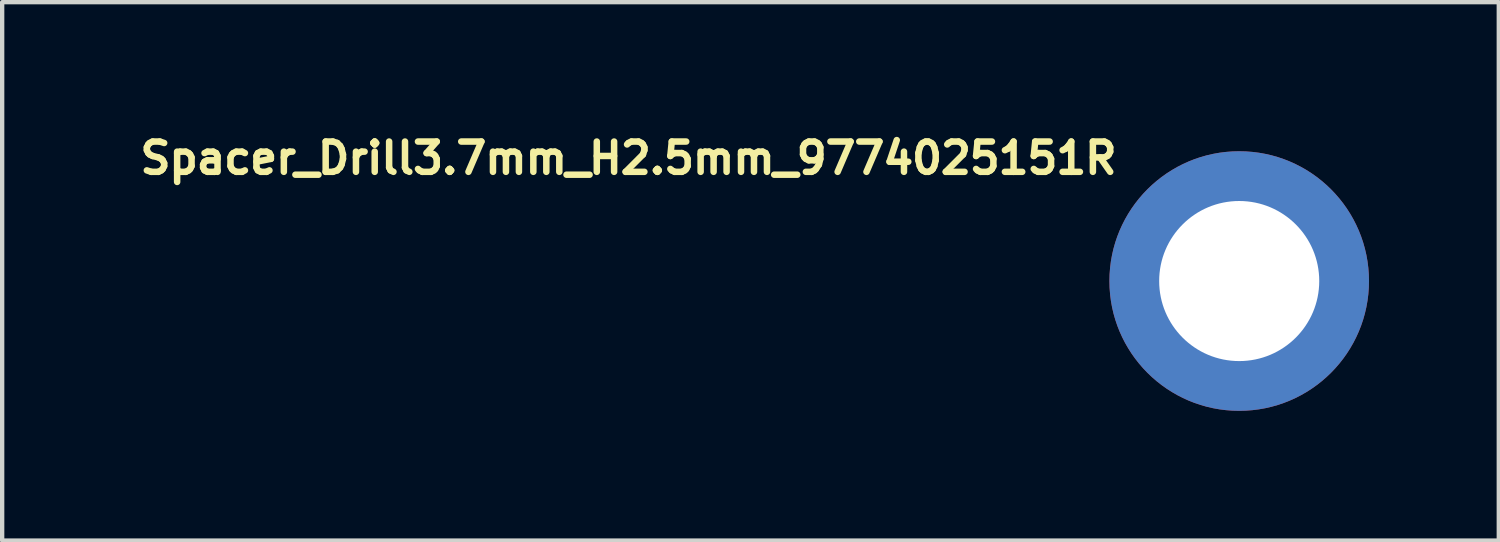
<source format=kicad_pcb>
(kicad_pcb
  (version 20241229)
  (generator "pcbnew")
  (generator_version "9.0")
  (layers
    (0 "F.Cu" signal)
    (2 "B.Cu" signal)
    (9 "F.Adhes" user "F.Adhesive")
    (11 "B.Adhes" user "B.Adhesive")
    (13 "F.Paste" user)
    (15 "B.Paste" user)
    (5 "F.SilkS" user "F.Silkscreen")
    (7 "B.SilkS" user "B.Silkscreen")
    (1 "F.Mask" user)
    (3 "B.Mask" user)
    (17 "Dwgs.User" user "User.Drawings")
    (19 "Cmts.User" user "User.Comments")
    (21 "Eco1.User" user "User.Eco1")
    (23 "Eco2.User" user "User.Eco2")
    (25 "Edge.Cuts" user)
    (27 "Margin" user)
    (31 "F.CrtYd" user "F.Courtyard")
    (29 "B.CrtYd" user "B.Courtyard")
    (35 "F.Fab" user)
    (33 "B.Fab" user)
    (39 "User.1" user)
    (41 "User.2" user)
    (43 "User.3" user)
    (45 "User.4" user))
  (footprint "Spacer_Drill3.7mm_H2.5mm_9774025151R"
    (layer "F.Cu")
    (at 25.593 3.446)
    (property "Reference" "Spacer_Drill3.7mm_H2.5mm_9774025151R" (at -2.75 -3.25 0) (layer "F.SilkS") (effects (font (size 0.7 0.7) (thickness 0.15)) (justify right top)))
    (attr smd exclude_from_bom)
    (fp_circle (center 0 0) (end 0.848 0) (stroke (width 2) (type solid)) (fill no) (layer "B.Mask"))
    (fp_circle (center 0.025 0) (end 2.489 0.051) (stroke (width 0.8) (type solid)) (fill no) (layer "F.Paste"))
    (fp_circle (center 0 0) (end 2.6 0) (stroke (width 0.12) (type solid)) (fill no) (layer "User.5"))
    (fp_line (start -2.551 0) (end -2.551 0) (stroke (width 0.02) (type solid)) (layer "User.9"))
    (fp_line (start -2.551 0) (end -2.548 -0.133) (stroke (width 0.02) (type solid)) (layer "User.9"))
    (fp_line (start -2.548 -0.133) (end -2.537 -0.262) (stroke (width 0.02) (type solid)) (layer "User.9"))
    (fp_line (start -2.548 0.131) (end -2.551 0) (stroke (width 0.02) (type solid)) (layer "User.9"))
    (fp_line (start -2.537 -0.262) (end -2.521 -0.39) (stroke (width 0.02) (type solid)) (layer "User.9"))
    (fp_line (start -2.537 0.26) (end -2.548 0.131) (stroke (width 0.02) (type solid)) (layer "User.9"))
    (fp_line (start -2.521 -0.39) (end -2.5 -0.515) (stroke (width 0.02) (type solid)) (layer "User.9"))
    (fp_line (start -2.521 0.388) (end -2.537 0.26) (stroke (width 0.02) (type solid)) (layer "User.9"))
    (fp_line (start -2.5 -0.515) (end -2.471 -0.638) (stroke (width 0.02) (type solid)) (layer "User.9"))
    (fp_line (start -2.5 0.513) (end -2.521 0.388) (stroke (width 0.02) (type solid)) (layer "User.9"))
    (fp_line (start -2.471 -0.638) (end -2.436 -0.759) (stroke (width 0.02) (type solid)) (layer "User.9"))
    (fp_line (start -2.471 0.636) (end -2.5 0.513) (stroke (width 0.02) (type solid)) (layer "User.9"))
    (fp_line (start -2.436 -0.759) (end -2.396 -0.877) (stroke (width 0.02) (type solid)) (layer "User.9"))
    (fp_line (start -2.436 0.757) (end -2.471 0.636) (stroke (width 0.02) (type solid)) (layer "User.9"))
    (fp_line (start -2.396 -0.877) (end -2.351 -0.993) (stroke (width 0.02) (type solid)) (layer "User.9"))
    (fp_line (start -2.396 0.875) (end -2.436 0.757) (stroke (width 0.02) (type solid)) (layer "User.9"))
    (fp_line (start -2.351 -0.993) (end -2.299 -1.107) (stroke (width 0.02) (type solid)) (layer "User.9"))
    (fp_line (start -2.351 0.991) (end -2.396 0.875) (stroke (width 0.02) (type solid)) (layer "User.9"))
    (fp_line (start -2.299 -1.107) (end -2.243 -1.216) (stroke (width 0.02) (type solid)) (layer "User.9"))
    (fp_line (start -2.299 1.104) (end -2.351 0.991) (stroke (width 0.02) (type solid)) (layer "User.9"))
    (fp_line (start -2.243 -1.216) (end -2.182 -1.323) (stroke (width 0.02) (type solid)) (layer "User.9"))
    (fp_line (start -2.243 1.215) (end -2.299 1.104) (stroke (width 0.02) (type solid)) (layer "User.9"))
    (fp_line (start -2.182 -1.323) (end -2.116 -1.426) (stroke (width 0.02) (type solid)) (layer "User.9"))
    (fp_line (start -2.182 1.322) (end -2.243 1.215) (stroke (width 0.02) (type solid)) (layer "User.9"))
    (fp_line (start -2.116 -1.426) (end -2.044 -1.526) (stroke (width 0.02) (type solid)) (layer "User.9"))
    (fp_line (start -2.116 1.425) (end -2.182 1.322) (stroke (width 0.02) (type solid)) (layer "User.9"))
    (fp_line (start -2.044 -1.526) (end -1.968 -1.623) (stroke (width 0.02) (type solid)) (layer "User.9"))
    (fp_line (start -2.044 1.525) (end -2.116 1.425) (stroke (width 0.02) (type solid)) (layer "User.9"))
    (fp_line (start -1.968 -1.623) (end -1.889 -1.716) (stroke (width 0.02) (type solid)) (layer "User.9"))
    (fp_line (start -1.968 1.622) (end -2.044 1.525) (stroke (width 0.02) (type solid)) (layer "User.9"))
    (fp_line (start -1.889 -1.716) (end -1.805 -1.805) (stroke (width 0.02) (type solid)) (layer "User.9"))
    (fp_line (start -1.889 1.713) (end -1.968 1.622) (stroke (width 0.02) (type solid)) (layer "User.9"))
    (fp_line (start -1.805 -1.805) (end -1.716 -1.889) (stroke (width 0.02) (type solid)) (layer "User.9"))
    (fp_line (start -1.805 1.802) (end -1.889 1.713) (stroke (width 0.02) (type solid)) (layer "User.9"))
    (fp_line (start -1.716 -1.889) (end -1.623 -1.968) (stroke (width 0.02) (type solid)) (layer "User.9"))
    (fp_line (start -1.716 1.886) (end -1.805 1.802) (stroke (width 0.02) (type solid)) (layer "User.9"))
    (fp_line (start -1.623 -1.968) (end -1.526 -2.044) (stroke (width 0.02) (type solid)) (layer "User.9"))
    (fp_line (start -1.623 1.967) (end -1.716 1.886) (stroke (width 0.02) (type solid)) (layer "User.9"))
    (fp_line (start -1.526 -2.044) (end -1.426 -2.116) (stroke (width 0.02) (type solid)) (layer "User.9"))
    (fp_line (start -1.526 2.043) (end -1.623 1.967) (stroke (width 0.02) (type solid)) (layer "User.9"))
    (fp_line (start -1.426 -2.116) (end -1.323 -2.182) (stroke (width 0.02) (type solid)) (layer "User.9"))
    (fp_line (start -1.426 2.113) (end -1.526 2.043) (stroke (width 0.02) (type solid)) (layer "User.9"))
    (fp_line (start -1.323 -2.182) (end -1.216 -2.243) (stroke (width 0.02) (type solid)) (layer "User.9"))
    (fp_line (start -1.323 2.18) (end -1.426 2.113) (stroke (width 0.02) (type solid)) (layer "User.9"))
    (fp_line (start -1.216 -2.243) (end -1.107 -2.299) (stroke (width 0.02) (type solid)) (layer "User.9"))
    (fp_line (start -1.216 2.241) (end -1.323 2.18) (stroke (width 0.02) (type solid)) (layer "User.9"))
    (fp_line (start -1.107 -2.299) (end -0.993 -2.351) (stroke (width 0.02) (type solid)) (layer "User.9"))
    (fp_line (start -1.107 2.297) (end -1.216 2.241) (stroke (width 0.02) (type solid)) (layer "User.9"))
    (fp_line (start -1.008 0) (end -1.008 0) (stroke (width 0.02) (type solid)) (layer "User.9"))
    (fp_line (start -1.008 0) (end -1.006 -0.053) (stroke (width 0.02) (type solid)) (layer "User.9"))
    (fp_line (start -1.006 -0.053) (end -1.002 -0.104) (stroke (width 0.02) (type solid)) (layer "User.9"))
    (fp_line (start -1.006 0.051) (end -1.008 0) (stroke (width 0.02) (type solid)) (layer "User.9"))
    (fp_line (start -1.002 -0.104) (end -0.995 -0.154) (stroke (width 0.02) (type solid)) (layer "User.9"))
    (fp_line (start -1.002 0.102) (end -1.006 0.051) (stroke (width 0.02) (type solid)) (layer "User.9"))
    (fp_line (start -0.995 -0.154) (end -0.987 -0.204) (stroke (width 0.02) (type solid)) (layer "User.9"))
    (fp_line (start -0.995 0.152) (end -1.002 0.102) (stroke (width 0.02) (type solid)) (layer "User.9"))
    (fp_line (start -0.993 -2.351) (end -0.877 -2.396) (stroke (width 0.02) (type solid)) (layer "User.9"))
    (fp_line (start -0.993 2.349) (end -1.107 2.297) (stroke (width 0.02) (type solid)) (layer "User.9"))
    (fp_line (start -0.987 -0.204) (end -0.975 -0.252) (stroke (width 0.02) (type solid)) (layer "User.9"))
    (fp_line (start -0.987 0.202) (end -0.995 0.152) (stroke (width 0.02) (type solid)) (layer "User.9"))
    (fp_line (start -0.975 -0.252) (end -0.962 -0.3) (stroke (width 0.02) (type solid)) (layer "User.9"))
    (fp_line (start -0.975 0.25) (end -0.987 0.202) (stroke (width 0.02) (type solid)) (layer "User.9"))
    (fp_line (start -0.962 -0.3) (end -0.947 -0.348) (stroke (width 0.02) (type solid)) (layer "User.9"))
    (fp_line (start -0.962 0.298) (end -0.975 0.25) (stroke (width 0.02) (type solid)) (layer "User.9"))
    (fp_line (start -0.947 -0.348) (end -0.929 -0.393) (stroke (width 0.02) (type solid)) (layer "User.9"))
    (fp_line (start -0.947 0.346) (end -0.962 0.298) (stroke (width 0.02) (type solid)) (layer "User.9"))
    (fp_line (start -0.929 -0.393) (end -0.909 -0.437) (stroke (width 0.02) (type solid)) (layer "User.9"))
    (fp_line (start -0.929 0.391) (end -0.947 0.346) (stroke (width 0.02) (type solid)) (layer "User.9"))
    (fp_line (start -0.909 -0.437) (end -0.886 -0.48) (stroke (width 0.02) (type solid)) (layer "User.9"))
    (fp_line (start -0.909 0.435) (end -0.929 0.391) (stroke (width 0.02) (type solid)) (layer "User.9"))
    (fp_line (start -0.886 -0.48) (end -0.861 -0.523) (stroke (width 0.02) (type solid)) (layer "User.9"))
    (fp_line (start -0.886 0.479) (end -0.909 0.435) (stroke (width 0.02) (type solid)) (layer "User.9"))
    (fp_line (start -0.877 -2.396) (end -0.759 -2.436) (stroke (width 0.02) (type solid)) (layer "User.9"))
    (fp_line (start -0.877 2.394) (end -0.993 2.349) (stroke (width 0.02) (type solid)) (layer "User.9"))
    (fp_line (start -0.861 -0.523) (end -0.835 -0.564) (stroke (width 0.02) (type solid)) (layer "User.9"))
    (fp_line (start -0.861 0.521) (end -0.886 0.479) (stroke (width 0.02) (type solid)) (layer "User.9"))
    (fp_line (start -0.835 -0.564) (end -0.808 -0.603) (stroke (width 0.02) (type solid)) (layer "User.9"))
    (fp_line (start -0.835 0.562) (end -0.861 0.521) (stroke (width 0.02) (type solid)) (layer "User.9"))
    (fp_line (start -0.808 -0.603) (end -0.778 -0.642) (stroke (width 0.02) (type solid)) (layer "User.9"))
    (fp_line (start -0.808 0.601) (end -0.835 0.562) (stroke (width 0.02) (type solid)) (layer "User.9"))
    (fp_line (start -0.778 -0.642) (end -0.746 -0.678) (stroke (width 0.02) (type solid)) (layer "User.9"))
    (fp_line (start -0.778 0.64) (end -0.808 0.601) (stroke (width 0.02) (type solid)) (layer "User.9"))
    (fp_line (start -0.759 -2.436) (end -0.638 -2.471) (stroke (width 0.02) (type solid)) (layer "User.9"))
    (fp_line (start -0.759 2.435) (end -0.877 2.394) (stroke (width 0.02) (type solid)) (layer "User.9"))
    (fp_line (start -0.746 -0.678) (end -0.712 -0.712) (stroke (width 0.02) (type solid)) (layer "User.9"))
    (fp_line (start -0.746 0.676) (end -0.778 0.64) (stroke (width 0.02) (type solid)) (layer "User.9"))
    (fp_line (start -0.712 -0.712) (end -0.678 -0.746) (stroke (width 0.02) (type solid)) (layer "User.9"))
    (fp_line (start -0.712 0.71) (end -0.746 0.676) (stroke (width 0.02) (type solid)) (layer "User.9"))
    (fp_line (start -0.678 -0.746) (end -0.642 -0.778) (stroke (width 0.02) (type solid)) (layer "User.9"))
    (fp_line (start -0.678 0.744) (end -0.712 0.71) (stroke (width 0.02) (type solid)) (layer "User.9"))
    (fp_line (start -0.642 -0.778) (end -0.603 -0.808) (stroke (width 0.02) (type solid)) (layer "User.9"))
    (fp_line (start -0.642 0.776) (end -0.678 0.744) (stroke (width 0.02) (type solid)) (layer "User.9"))
    (fp_line (start -0.638 -2.471) (end -0.515 -2.5) (stroke (width 0.02) (type solid)) (layer "User.9"))
    (fp_line (start -0.638 2.468) (end -0.759 2.435) (stroke (width 0.02) (type solid)) (layer "User.9"))
    (fp_line (start -0.603 -0.808) (end -0.564 -0.835) (stroke (width 0.02) (type solid)) (layer "User.9"))
    (fp_line (start -0.603 0.806) (end -0.642 0.776) (stroke (width 0.02) (type solid)) (layer "User.9"))
    (fp_line (start -0.564 -0.835) (end -0.523 -0.861) (stroke (width 0.02) (type solid)) (layer "User.9"))
    (fp_line (start -0.564 0.833) (end -0.603 0.806) (stroke (width 0.02) (type solid)) (layer "User.9"))
    (fp_line (start -0.523 -0.861) (end -0.48 -0.886) (stroke (width 0.02) (type solid)) (layer "User.9"))
    (fp_line (start -0.523 0.859) (end -0.564 0.833) (stroke (width 0.02) (type solid)) (layer "User.9"))
    (fp_line (start -0.515 -2.5) (end -0.39 -2.521) (stroke (width 0.02) (type solid)) (layer "User.9"))
    (fp_line (start -0.515 2.498) (end -0.638 2.468) (stroke (width 0.02) (type solid)) (layer "User.9"))
    (fp_line (start -0.48 -0.886) (end -0.437 -0.909) (stroke (width 0.02) (type solid)) (layer "User.9"))
    (fp_line (start -0.48 0.884) (end -0.523 0.859) (stroke (width 0.02) (type solid)) (layer "User.9"))
    (fp_line (start -0.437 -0.909) (end -0.393 -0.929) (stroke (width 0.02) (type solid)) (layer "User.9"))
    (fp_line (start -0.437 0.907) (end -0.48 0.884) (stroke (width 0.02) (type solid)) (layer "User.9"))
    (fp_line (start -0.393 -0.929) (end -0.348 -0.947) (stroke (width 0.02) (type solid)) (layer "User.9"))
    (fp_line (start -0.393 0.927) (end -0.437 0.907) (stroke (width 0.02) (type solid)) (layer "User.9"))
    (fp_line (start -0.39 -2.521) (end -0.262 -2.537) (stroke (width 0.02) (type solid)) (layer "User.9"))
    (fp_line (start -0.39 2.519) (end -0.515 2.498) (stroke (width 0.02) (type solid)) (layer "User.9"))
    (fp_line (start -0.348 -0.947) (end -0.3 -0.962) (stroke (width 0.02) (type solid)) (layer "User.9"))
    (fp_line (start -0.348 0.945) (end -0.393 0.927) (stroke (width 0.02) (type solid)) (layer "User.9"))
    (fp_line (start -0.3 -0.962) (end -0.252 -0.975) (stroke (width 0.02) (type solid)) (layer "User.9"))
    (fp_line (start -0.3 0.96) (end -0.348 0.945) (stroke (width 0.02) (type solid)) (layer "User.9"))
    (fp_line (start -0.262 -2.537) (end -0.133 -2.548) (stroke (width 0.02) (type solid)) (layer "User.9"))
    (fp_line (start -0.262 2.535) (end -0.39 2.519) (stroke (width 0.02) (type solid)) (layer "User.9"))
    (fp_line (start -0.252 -0.975) (end -0.204 -0.987) (stroke (width 0.02) (type solid)) (layer "User.9"))
    (fp_line (start -0.252 0.973) (end -0.3 0.96) (stroke (width 0.02) (type solid)) (layer "User.9"))
    (fp_line (start -0.204 -0.987) (end -0.154 -0.995) (stroke (width 0.02) (type solid)) (layer "User.9"))
    (fp_line (start -0.204 0.985) (end -0.252 0.973) (stroke (width 0.02) (type solid)) (layer "User.9"))
    (fp_line (start -0.154 -0.995) (end -0.104 -1.002) (stroke (width 0.02) (type solid)) (layer "User.9"))
    (fp_line (start -0.154 0.993) (end -0.204 0.985) (stroke (width 0.02) (type solid)) (layer "User.9"))
    (fp_line (start -0.133 -2.548) (end 0 -2.551) (stroke (width 0.02) (type solid)) (layer "User.9"))
    (fp_line (start -0.133 2.546) (end -0.262 2.535) (stroke (width 0.02) (type solid)) (layer "User.9"))
    (fp_line (start -0.104 -1.002) (end -0.053 -1.006) (stroke (width 0.02) (type solid)) (layer "User.9"))
    (fp_line (start -0.104 1.001) (end -0.154 0.993) (stroke (width 0.02) (type solid)) (layer "User.9"))
    (fp_line (start -0.053 -1.006) (end 0 -1.008) (stroke (width 0.02) (type solid)) (layer "User.9"))
    (fp_line (start -0.053 1.005) (end -0.104 1.001) (stroke (width 0.02) (type solid)) (layer "User.9"))
    (fp_line (start 0 -2.551) (end 0 -2.551) (stroke (width 0.02) (type solid)) (layer "User.9"))
    (fp_line (start 0 -2.551) (end 0.131 -2.548) (stroke (width 0.02) (type solid)) (layer "User.9"))
    (fp_line (start 0 -1.008) (end 0 -1.008) (stroke (width 0.02) (type solid)) (layer "User.9"))
    (fp_line (start 0 -1.008) (end 0.051 -1.006) (stroke (width 0.02) (type solid)) (layer "User.9"))
    (fp_line (start 0 1.005) (end -0.053 1.005) (stroke (width 0.02) (type solid)) (layer "User.9"))
    (fp_line (start 0 1.005) (end 0 1.005) (stroke (width 0.02) (type solid)) (layer "User.9"))
    (fp_line (start 0 2.548) (end -0.133 2.546) (stroke (width 0.02) (type solid)) (layer "User.9"))
    (fp_line (start 0 2.548) (end 0 2.548) (stroke (width 0.02) (type solid)) (layer "User.9"))
    (fp_line (start 0.051 -1.006) (end 0.102 -1.002) (stroke (width 0.02) (type solid)) (layer "User.9"))
    (fp_line (start 0.051 1.005) (end 0 1.005) (stroke (width 0.02) (type solid)) (layer "User.9"))
    (fp_line (start 0.102 -1.002) (end 0.152 -0.995) (stroke (width 0.02) (type solid)) (layer "User.9"))
    (fp_line (start 0.102 1.001) (end 0.051 1.005) (stroke (width 0.02) (type solid)) (layer "User.9"))
    (fp_line (start 0.131 -2.548) (end 0.26 -2.537) (stroke (width 0.02) (type solid)) (layer "User.9"))
    (fp_line (start 0.131 2.546) (end 0 2.548) (stroke (width 0.02) (type solid)) (layer "User.9"))
    (fp_line (start 0.152 -0.995) (end 0.202 -0.987) (stroke (width 0.02) (type solid)) (layer "User.9"))
    (fp_line (start 0.152 0.993) (end 0.102 1.001) (stroke (width 0.02) (type solid)) (layer "User.9"))
    (fp_line (start 0.202 -0.987) (end 0.25 -0.975) (stroke (width 0.02) (type solid)) (layer "User.9"))
    (fp_line (start 0.202 0.985) (end 0.152 0.993) (stroke (width 0.02) (type solid)) (layer "User.9"))
    (fp_line (start 0.25 -0.975) (end 0.298 -0.962) (stroke (width 0.02) (type solid)) (layer "User.9"))
    (fp_line (start 0.25 0.973) (end 0.202 0.985) (stroke (width 0.02) (type solid)) (layer "User.9"))
    (fp_line (start 0.26 -2.537) (end 0.388 -2.521) (stroke (width 0.02) (type solid)) (layer "User.9"))
    (fp_line (start 0.26 2.535) (end 0.131 2.546) (stroke (width 0.02) (type solid)) (layer "User.9"))
    (fp_line (start 0.298 -0.962) (end 0.346 -0.947) (stroke (width 0.02) (type solid)) (layer "User.9"))
    (fp_line (start 0.298 0.96) (end 0.25 0.973) (stroke (width 0.02) (type solid)) (layer "User.9"))
    (fp_line (start 0.346 -0.947) (end 0.391 -0.929) (stroke (width 0.02) (type solid)) (layer "User.9"))
    (fp_line (start 0.346 0.945) (end 0.298 0.96) (stroke (width 0.02) (type solid)) (layer "User.9"))
    (fp_line (start 0.388 -2.521) (end 0.513 -2.5) (stroke (width 0.02) (type solid)) (layer "User.9"))
    (fp_line (start 0.388 2.519) (end 0.26 2.535) (stroke (width 0.02) (type solid)) (layer "User.9"))
    (fp_line (start 0.391 -0.929) (end 0.435 -0.909) (stroke (width 0.02) (type solid)) (layer "User.9"))
    (fp_line (start 0.391 0.927) (end 0.346 0.945) (stroke (width 0.02) (type solid)) (layer "User.9"))
    (fp_line (start 0.435 -0.909) (end 0.479 -0.886) (stroke (width 0.02) (type solid)) (layer "User.9"))
    (fp_line (start 0.435 0.907) (end 0.391 0.927) (stroke (width 0.02) (type solid)) (layer "User.9"))
    (fp_line (start 0.479 -0.886) (end 0.521 -0.861) (stroke (width 0.02) (type solid)) (layer "User.9"))
    (fp_line (start 0.479 0.884) (end 0.435 0.907) (stroke (width 0.02) (type solid)) (layer "User.9"))
    (fp_line (start 0.513 -2.5) (end 0.636 -2.471) (stroke (width 0.02) (type solid)) (layer "User.9"))
    (fp_line (start 0.513 2.498) (end 0.388 2.519) (stroke (width 0.02) (type solid)) (layer "User.9"))
    (fp_line (start 0.521 -0.861) (end 0.562 -0.835) (stroke (width 0.02) (type solid)) (layer "User.9"))
    (fp_line (start 0.521 0.859) (end 0.479 0.884) (stroke (width 0.02) (type solid)) (layer "User.9"))
    (fp_line (start 0.562 -0.835) (end 0.601 -0.808) (stroke (width 0.02) (type solid)) (layer "User.9"))
    (fp_line (start 0.562 0.833) (end 0.521 0.859) (stroke (width 0.02) (type solid)) (layer "User.9"))
    (fp_line (start 0.601 -0.808) (end 0.64 -0.778) (stroke (width 0.02) (type solid)) (layer "User.9"))
    (fp_line (start 0.601 0.806) (end 0.562 0.833) (stroke (width 0.02) (type solid)) (layer "User.9"))
    (fp_line (start 0.636 -2.471) (end 0.757 -2.436) (stroke (width 0.02) (type solid)) (layer "User.9"))
    (fp_line (start 0.636 2.468) (end 0.513 2.498) (stroke (width 0.02) (type solid)) (layer "User.9"))
    (fp_line (start 0.64 -0.778) (end 0.676 -0.746) (stroke (width 0.02) (type solid)) (layer "User.9"))
    (fp_line (start 0.64 0.776) (end 0.601 0.806) (stroke (width 0.02) (type solid)) (layer "User.9"))
    (fp_line (start 0.676 -0.746) (end 0.71 -0.712) (stroke (width 0.02) (type solid)) (layer "User.9"))
    (fp_line (start 0.676 0.744) (end 0.64 0.776) (stroke (width 0.02) (type solid)) (layer "User.9"))
    (fp_line (start 0.71 -0.712) (end 0.744 -0.678) (stroke (width 0.02) (type solid)) (layer "User.9"))
    (fp_line (start 0.71 0.71) (end 0.676 0.744) (stroke (width 0.02) (type solid)) (layer "User.9"))
    (fp_line (start 0.744 -0.678) (end 0.776 -0.642) (stroke (width 0.02) (type solid)) (layer "User.9"))
    (fp_line (start 0.744 0.676) (end 0.71 0.71) (stroke (width 0.02) (type solid)) (layer "User.9"))
    (fp_line (start 0.757 -2.436) (end 0.875 -2.396) (stroke (width 0.02) (type solid)) (layer "User.9"))
    (fp_line (start 0.757 2.435) (end 0.636 2.468) (stroke (width 0.02) (type solid)) (layer "User.9"))
    (fp_line (start 0.776 -0.642) (end 0.806 -0.603) (stroke (width 0.02) (type solid)) (layer "User.9"))
    (fp_line (start 0.776 0.64) (end 0.744 0.676) (stroke (width 0.02) (type solid)) (layer "User.9"))
    (fp_line (start 0.806 -0.603) (end 0.833 -0.564) (stroke (width 0.02) (type solid)) (layer "User.9"))
    (fp_line (start 0.806 0.601) (end 0.776 0.64) (stroke (width 0.02) (type solid)) (layer "User.9"))
    (fp_line (start 0.833 -0.564) (end 0.859 -0.523) (stroke (width 0.02) (type solid)) (layer "User.9"))
    (fp_line (start 0.833 0.562) (end 0.806 0.601) (stroke (width 0.02) (type solid)) (layer "User.9"))
    (fp_line (start 0.859 -0.523) (end 0.884 -0.48) (stroke (width 0.02) (type solid)) (layer "User.9"))
    (fp_line (start 0.859 0.521) (end 0.833 0.562) (stroke (width 0.02) (type solid)) (layer "User.9"))
    (fp_line (start 0.875 -2.396) (end 0.991 -2.351) (stroke (width 0.02) (type solid)) (layer "User.9"))
    (fp_line (start 0.875 2.394) (end 0.757 2.435) (stroke (width 0.02) (type solid)) (layer "User.9"))
    (fp_line (start 0.884 -0.48) (end 0.907 -0.437) (stroke (width 0.02) (type solid)) (layer "User.9"))
    (fp_line (start 0.884 0.479) (end 0.859 0.521) (stroke (width 0.02) (type solid)) (layer "User.9"))
    (fp_line (start 0.907 -0.437) (end 0.927 -0.393) (stroke (width 0.02) (type solid)) (layer "User.9"))
    (fp_line (start 0.907 0.435) (end 0.884 0.479) (stroke (width 0.02) (type solid)) (layer "User.9"))
    (fp_line (start 0.927 -0.393) (end 0.945 -0.348) (stroke (width 0.02) (type solid)) (layer "User.9"))
    (fp_line (start 0.927 0.391) (end 0.907 0.435) (stroke (width 0.02) (type solid)) (layer "User.9"))
    (fp_line (start 0.945 -0.348) (end 0.96 -0.3) (stroke (width 0.02) (type solid)) (layer "User.9"))
    (fp_line (start 0.945 0.346) (end 0.927 0.391) (stroke (width 0.02) (type solid)) (layer "User.9"))
    (fp_line (start 0.96 -0.3) (end 0.973 -0.252) (stroke (width 0.02) (type solid)) (layer "User.9"))
    (fp_line (start 0.96 0.298) (end 0.945 0.346) (stroke (width 0.02) (type solid)) (layer "User.9"))
    (fp_line (start 0.973 -0.252) (end 0.985 -0.204) (stroke (width 0.02) (type solid)) (layer "User.9"))
    (fp_line (start 0.973 0.25) (end 0.96 0.298) (stroke (width 0.02) (type solid)) (layer "User.9"))
    (fp_line (start 0.985 -0.204) (end 0.993 -0.154) (stroke (width 0.02) (type solid)) (layer "User.9"))
    (fp_line (start 0.985 0.202) (end 0.973 0.25) (stroke (width 0.02) (type solid)) (layer "User.9"))
    (fp_line (start 0.991 -2.351) (end 1.104 -2.299) (stroke (width 0.02) (type solid)) (layer "User.9"))
    (fp_line (start 0.991 2.349) (end 0.875 2.394) (stroke (width 0.02) (type solid)) (layer "User.9"))
    (fp_line (start 0.993 -0.154) (end 1.001 -0.104) (stroke (width 0.02) (type solid)) (layer "User.9"))
    (fp_line (start 0.993 0.152) (end 0.985 0.202) (stroke (width 0.02) (type solid)) (layer "User.9"))
    (fp_line (start 1.001 -0.104) (end 1.005 -0.053) (stroke (width 0.02) (type solid)) (layer "User.9"))
    (fp_line (start 1.001 0.102) (end 0.993 0.152) (stroke (width 0.02) (type solid)) (layer "User.9"))
    (fp_line (start 1.005 -0.053) (end 1.005 0) (stroke (width 0.02) (type solid)) (layer "User.9"))
    (fp_line (start 1.005 0) (end 1.005 0) (stroke (width 0.02) (type solid)) (layer "User.9"))
    (fp_line (start 1.005 0) (end 1.005 0) (stroke (width 0.02) (type solid)) (layer "User.9"))
    (fp_line (start 1.005 0) (end 1.005 0.051) (stroke (width 0.02) (type solid)) (layer "User.9"))
    (fp_line (start 1.005 0.051) (end 1.001 0.102) (stroke (width 0.02) (type solid)) (layer "User.9"))
    (fp_line (start 1.104 -2.299) (end 1.215 -2.243) (stroke (width 0.02) (type solid)) (layer "User.9"))
    (fp_line (start 1.104 2.297) (end 0.991 2.349) (stroke (width 0.02) (type solid)) (layer "User.9"))
    (fp_line (start 1.215 -2.243) (end 1.322 -2.182) (stroke (width 0.02) (type solid)) (layer "User.9"))
    (fp_line (start 1.215 2.241) (end 1.104 2.297) (stroke (width 0.02) (type solid)) (layer "User.9"))
    (fp_line (start 1.322 -2.182) (end 1.425 -2.116) (stroke (width 0.02) (type solid)) (layer "User.9"))
    (fp_line (start 1.322 2.18) (end 1.215 2.241) (stroke (width 0.02) (type solid)) (layer "User.9"))
    (fp_line (start 1.425 -2.116) (end 1.525 -2.044) (stroke (width 0.02) (type solid)) (layer "User.9"))
    (fp_line (start 1.425 2.113) (end 1.322 2.18) (stroke (width 0.02) (type solid)) (layer "User.9"))
    (fp_line (start 1.525 -2.044) (end 1.622 -1.968) (stroke (width 0.02) (type solid)) (layer "User.9"))
    (fp_line (start 1.525 2.043) (end 1.425 2.113) (stroke (width 0.02) (type solid)) (layer "User.9"))
    (fp_line (start 1.622 -1.968) (end 1.713 -1.889) (stroke (width 0.02) (type solid)) (layer "User.9"))
    (fp_line (start 1.622 1.967) (end 1.525 2.043) (stroke (width 0.02) (type solid)) (layer "User.9"))
    (fp_line (start 1.713 -1.889) (end 1.802 -1.805) (stroke (width 0.02) (type solid)) (layer "User.9"))
    (fp_line (start 1.713 1.886) (end 1.622 1.967) (stroke (width 0.02) (type solid)) (layer "User.9"))
    (fp_line (start 1.802 -1.805) (end 1.886 -1.716) (stroke (width 0.02) (type solid)) (layer "User.9"))
    (fp_line (start 1.802 1.802) (end 1.713 1.886) (stroke (width 0.02) (type solid)) (layer "User.9"))
    (fp_line (start 1.886 -1.716) (end 1.967 -1.623) (stroke (width 0.02) (type solid)) (layer "User.9"))
    (fp_line (start 1.886 1.713) (end 1.802 1.802) (stroke (width 0.02) (type solid)) (layer "User.9"))
    (fp_line (start 1.967 -1.623) (end 2.043 -1.526) (stroke (width 0.02) (type solid)) (layer "User.9"))
    (fp_line (start 1.967 1.622) (end 1.886 1.713) (stroke (width 0.02) (type solid)) (layer "User.9"))
    (fp_line (start 2.043 -1.526) (end 2.113 -1.426) (stroke (width 0.02) (type solid)) (layer "User.9"))
    (fp_line (start 2.043 1.525) (end 1.967 1.622) (stroke (width 0.02) (type solid)) (layer "User.9"))
    (fp_line (start 2.113 -1.426) (end 2.18 -1.323) (stroke (width 0.02) (type solid)) (layer "User.9"))
    (fp_line (start 2.113 1.425) (end 2.043 1.525) (stroke (width 0.02) (type solid)) (layer "User.9"))
    (fp_line (start 2.18 -1.323) (end 2.241 -1.216) (stroke (width 0.02) (type solid)) (layer "User.9"))
    (fp_line (start 2.18 1.322) (end 2.113 1.425) (stroke (width 0.02) (type solid)) (layer "User.9"))
    (fp_line (start 2.241 -1.216) (end 2.297 -1.107) (stroke (width 0.02) (type solid)) (layer "User.9"))
    (fp_line (start 2.241 1.215) (end 2.18 1.322) (stroke (width 0.02) (type solid)) (layer "User.9"))
    (fp_line (start 2.297 -1.107) (end 2.349 -0.993) (stroke (width 0.02) (type solid)) (layer "User.9"))
    (fp_line (start 2.297 1.104) (end 2.241 1.215) (stroke (width 0.02) (type solid)) (layer "User.9"))
    (fp_line (start 2.349 -0.993) (end 2.394 -0.877) (stroke (width 0.02) (type solid)) (layer "User.9"))
    (fp_line (start 2.349 0.991) (end 2.297 1.104) (stroke (width 0.02) (type solid)) (layer "User.9"))
    (fp_line (start 2.394 -0.877) (end 2.435 -0.759) (stroke (width 0.02) (type solid)) (layer "User.9"))
    (fp_line (start 2.394 0.875) (end 2.349 0.991) (stroke (width 0.02) (type solid)) (layer "User.9"))
    (fp_line (start 2.435 -0.759) (end 2.468 -0.638) (stroke (width 0.02) (type solid)) (layer "User.9"))
    (fp_line (start 2.435 0.757) (end 2.394 0.875) (stroke (width 0.02) (type solid)) (layer "User.9"))
    (fp_line (start 2.468 -0.638) (end 2.498 -0.515) (stroke (width 0.02) (type solid)) (layer "User.9"))
    (fp_line (start 2.468 0.636) (end 2.435 0.757) (stroke (width 0.02) (type solid)) (layer "User.9"))
    (fp_line (start 2.498 -0.515) (end 2.519 -0.39) (stroke (width 0.02) (type solid)) (layer "User.9"))
    (fp_line (start 2.498 0.513) (end 2.468 0.636) (stroke (width 0.02) (type solid)) (layer "User.9"))
    (fp_line (start 2.519 -0.39) (end 2.535 -0.262) (stroke (width 0.02) (type solid)) (layer "User.9"))
    (fp_line (start 2.519 0.388) (end 2.498 0.513) (stroke (width 0.02) (type solid)) (layer "User.9"))
    (fp_line (start 2.535 -0.262) (end 2.546 -0.133) (stroke (width 0.02) (type solid)) (layer "User.9"))
    (fp_line (start 2.535 0.26) (end 2.519 0.388) (stroke (width 0.02) (type solid)) (layer "User.9"))
    (fp_line (start 2.546 -0.133) (end 2.548 0) (stroke (width 0.02) (type solid)) (layer "User.9"))
    (fp_line (start 2.546 0.131) (end 2.535 0.26) (stroke (width 0.02) (type solid)) (layer "User.9"))
    (fp_line (start 2.548 0) (end 2.546 0.131) (stroke (width 0.02) (type solid)) (layer "User.9"))
    (fp_line (start 2.548 0) (end 2.548 0) (stroke (width 0.02) (type solid)) (layer "User.9"))
    (fp_line (start 2.548 0) (end 2.548 0) (stroke (width 0.02) (type solid)) (layer "User.9"))
    (pad "1" thru_hole circle (at 0 0 180) (size 6 6) (drill 3.7) (layers "F.Cu" "F.Mask" "In1.Cu" "In2.Cu" "In3.Cu" "In4.Cu" "In5.Cu" "In6.Cu" "In7.Cu" "In8.Cu" "In9.Cu" "In10.Cu" "In11.Cu" "In12.Cu" "In13.Cu" "In14.Cu" "In15.Cu" "In16.Cu" "In17.Cu" "In18.Cu" "In19.Cu" "In20.Cu" "In21.Cu" "In22.Cu" "In23.Cu" "In24.Cu" "In25.Cu" "In26.Cu" "In27.Cu" "In28.Cu" "In29.Cu" "In30.Cu")))
  (gr_rect
    (start -3 -3)
    (end 31.593 9.445)
    (stroke (width 0.1) (type default))
    (fill no)
    (layer "Edge.Cuts")))
</source>
